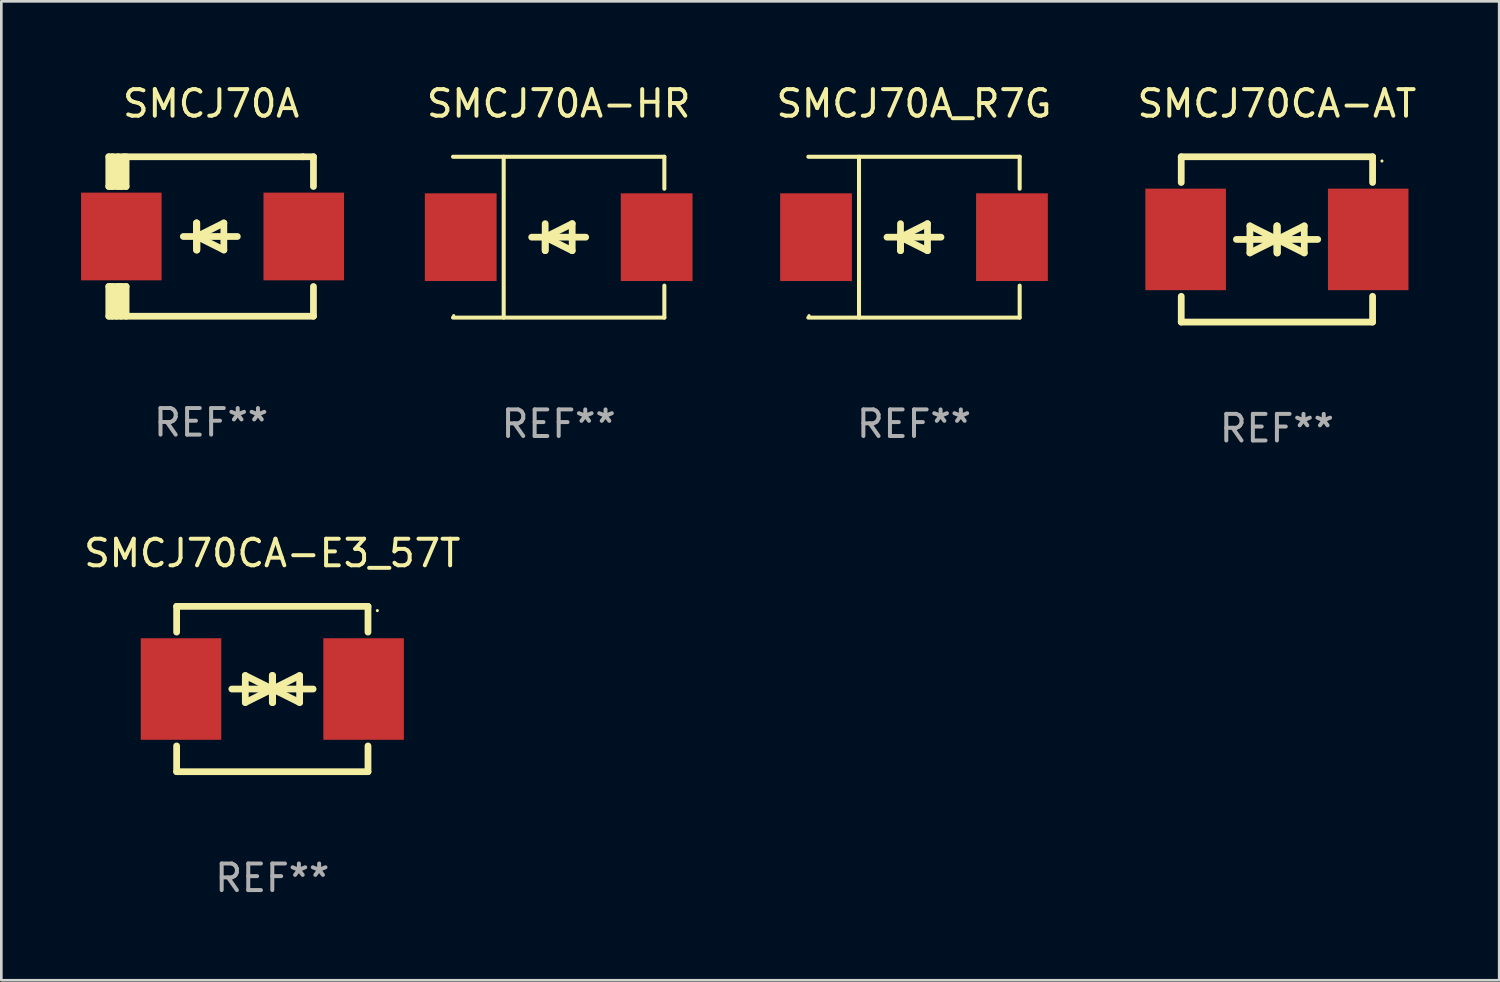
<source format=kicad_pcb>
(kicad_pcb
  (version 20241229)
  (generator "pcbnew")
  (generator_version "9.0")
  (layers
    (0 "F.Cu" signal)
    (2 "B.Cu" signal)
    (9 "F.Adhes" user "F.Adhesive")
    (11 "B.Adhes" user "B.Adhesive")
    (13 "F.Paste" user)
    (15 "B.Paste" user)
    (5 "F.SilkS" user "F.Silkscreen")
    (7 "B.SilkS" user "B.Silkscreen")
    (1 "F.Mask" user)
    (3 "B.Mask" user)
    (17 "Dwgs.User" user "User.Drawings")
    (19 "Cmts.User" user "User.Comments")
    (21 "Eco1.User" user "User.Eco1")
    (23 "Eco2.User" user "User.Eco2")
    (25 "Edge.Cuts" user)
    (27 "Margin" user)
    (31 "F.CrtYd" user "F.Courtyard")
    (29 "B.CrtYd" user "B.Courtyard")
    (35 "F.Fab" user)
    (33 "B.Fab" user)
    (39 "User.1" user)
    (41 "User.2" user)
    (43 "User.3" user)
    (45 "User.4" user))
  (footprint "SMCJ70A"
    (layer "F.Cu")
    (at 4.894 5.848)
    (property "Reference" "SMCJ70A" (at 0 -5 0) (layer "F.SilkS") (effects (font (size 1 1) (thickness 0.15))))
    (attr through_hole)
    (fp_line (start -3.85 -1.881) (end -3.85 -3) (stroke (width 0.254) (type solid)) (layer "F.SilkS"))
    (fp_line (start -3.85 1.881) (end -3.2 1.881) (stroke (width 0.254) (type solid)) (layer "F.SilkS"))
    (fp_line (start -3.85 3) (end -3.85 1.881) (stroke (width 0.254) (type solid)) (layer "F.SilkS"))
    (fp_line (start -3.719 -1.881) (end -3.719 -3) (stroke (width 0.254) (type solid)) (layer "F.SilkS"))
    (fp_line (start -3.719 3) (end -3.719 1.881) (stroke (width 0.254) (type solid)) (layer "F.SilkS"))
    (fp_line (start -3.5 -3) (end -3.5 -1.881) (stroke (width 0.254) (type solid)) (layer "F.SilkS"))
    (fp_line (start -3.5 1.881) (end -3.5 2.944) (stroke (width 0.254) (type solid)) (layer "F.SilkS"))
    (fp_line (start -3.5 2.944) (end -3.556 3) (stroke (width 0.254) (type solid)) (layer "F.SilkS"))
    (fp_line (start -3.388 -2.906) (end -3.295 -3) (stroke (width 0.254) (type solid)) (layer "F.SilkS"))
    (fp_line (start -3.388 -1.881) (end -3.388 -2.906) (stroke (width 0.254) (type solid)) (layer "F.SilkS"))
    (fp_line (start -3.388 3) (end -3.388 1.881) (stroke (width 0.254) (type solid)) (layer "F.SilkS"))
    (fp_line (start -3.2 -3) (end -3.2 -1.881) (stroke (width 0.254) (type solid)) (layer "F.SilkS"))
    (fp_line (start -3.2 -1.881) (end -3.85 -1.881) (stroke (width 0.254) (type solid)) (layer "F.SilkS"))
    (fp_line (start -3.2 1.881) (end -3.2 3) (stroke (width 0.254) (type solid)) (layer "F.SilkS"))
    (fp_line (start -0.55 -0.508) (end -0.55 0.508) (stroke (width 0.254) (type solid)) (layer "F.SilkS"))
    (fp_line (start -0.55 0) (end -0.55 -0.508) (stroke (width 0.254) (type solid)) (layer "F.SilkS"))
    (fp_line (start -0.538 0) (end -0.538 0.508) (stroke (width 0.254) (type solid)) (layer "F.SilkS"))
    (fp_line (start -0.538 0) (end 0.478 0.508) (stroke (width 0.254) (type solid)) (layer "F.SilkS"))
    (fp_line (start -0.538 0.508) (end -0.538 -0.508) (stroke (width 0.254) (type solid)) (layer "F.SilkS"))
    (fp_line (start 0.478 -0.508) (end -0.538 0) (stroke (width 0.254) (type solid)) (layer "F.SilkS"))
    (fp_line (start 0.478 0.508) (end 0.478 -0.508) (stroke (width 0.254) (type solid)) (layer "F.SilkS"))
    (fp_line (start 0.986 0) (end -1.046 0) (stroke (width 0.254) (type solid)) (layer "F.SilkS"))
    (fp_line (start 3.45 -3) (end -3.85 -3) (stroke (width 0.254) (type solid)) (layer "F.SilkS"))
    (fp_line (start 3.45 -3) (end 3.85 -3) (stroke (width 0.254) (type solid)) (layer "F.SilkS"))
    (fp_line (start 3.85 -3) (end 3.85 -1.881) (stroke (width 0.254) (type solid)) (layer "F.SilkS"))
    (fp_line (start 3.85 1.881) (end 3.85 3) (stroke (width 0.254) (type solid)) (layer "F.SilkS"))
    (fp_line (start 3.85 3) (end -3.85 3) (stroke (width 0.254) (type solid)) (layer "F.SilkS"))
    (fp_circle (center -3.847 2.95) (end -3.817 2.95) (stroke (width 0.06) (type solid)) (fill no) (layer "F.SilkS"))
    (fp_text user "REF**" (at 0 7 0) (layer "F.Fab") (effects (font (size 1 1) (thickness 0.15))))
    (pad "1" smd rect (at -3.379 0) (size 3.03 3.3) (layers "F.Cu" "F.Mask" "F.Paste"))
    (pad "2" smd rect (at 3.485 0) (size 3.03 3.3) (layers "F.Cu" "F.Mask" "F.Paste")))
  (footprint "SMCJ70A-HR"
    (layer "F.Cu")
    (at 17.971 5.874)
    (property "Reference" "SMCJ70A-HR" (at 0 -5.026 0) (layer "F.SilkS") (effects (font (size 1 1) (thickness 0.15))))
    (attr through_hole)
    (fp_line (start -3.976 -3.026) (end 3.976 -3.026) (stroke (width 0.152) (type solid)) (layer "F.SilkS"))
    (fp_line (start -3.976 3.026) (end 3.976 3.026) (stroke (width 0.152) (type solid)) (layer "F.SilkS"))
    (fp_line (start -2.069 -3.026) (end -2.069 3.026) (stroke (width 0.152) (type solid)) (layer "F.SilkS"))
    (fp_line (start -0.508 0) (end -0.508 0.508) (stroke (width 0.254) (type solid)) (layer "F.SilkS"))
    (fp_line (start -0.508 0) (end 0.508 0.508) (stroke (width 0.254) (type solid)) (layer "F.SilkS"))
    (fp_line (start -0.508 0.508) (end -0.508 -0.508) (stroke (width 0.254) (type solid)) (layer "F.SilkS"))
    (fp_line (start 0.508 -0.508) (end -0.508 0) (stroke (width 0.254) (type solid)) (layer "F.SilkS"))
    (fp_line (start 0.508 0.508) (end 0.508 -0.508) (stroke (width 0.254) (type solid)) (layer "F.SilkS"))
    (fp_line (start 1.016 0) (end -1.016 0) (stroke (width 0.254) (type solid)) (layer "F.SilkS"))
    (fp_line (start 3.976 -3.026) (end 3.976 -1.823) (stroke (width 0.152) (type solid)) (layer "F.SilkS"))
    (fp_line (start 3.976 3.026) (end 3.976 1.823) (stroke (width 0.152) (type solid)) (layer "F.SilkS"))
    (fp_circle (center -3.95 2.95) (end -3.92 2.95) (stroke (width 0.06) (type solid)) (fill no) (layer "F.SilkS"))
    (fp_text user "REF**" (at 0 7.026 0) (layer "F.Fab") (effects (font (size 1 1) (thickness 0.15))))
    (pad "1" smd rect (at -3.686 0) (size 2.7 3.3) (layers "F.Cu" "F.Mask" "F.Paste"))
    (pad "2" smd rect (at 3.686 0) (size 2.7 3.3) (layers "F.Cu" "F.Mask" "F.Paste")))
  (footprint "SMCJ70CA-AT"
    (layer "F.Cu")
    (at 44.995 5.958)
    (property "Reference" "SMCJ70CA-AT" (at 0 -5.11 0) (layer "F.SilkS") (effects (font (size 1 1) (thickness 0.15))))
    (attr through_hole)
    (fp_line (start -3.6 -2.141) (end -3.6 -3.11) (stroke (width 0.254) (type solid)) (layer "F.SilkS"))
    (fp_line (start -3.6 3.11) (end -3.6 2.141) (stroke (width 0.254) (type solid)) (layer "F.SilkS"))
    (fp_line (start -1.524 0) (end 0.508 0) (stroke (width 0.254) (type solid)) (layer "F.SilkS"))
    (fp_line (start -1.016 -0.508) (end -1.016 0.508) (stroke (width 0.254) (type solid)) (layer "F.SilkS"))
    (fp_line (start -1.016 0.508) (end 0 0) (stroke (width 0.254) (type solid)) (layer "F.SilkS"))
    (fp_line (start 0 -0.508) (end 0 0.508) (stroke (width 0.254) (type solid)) (layer "F.SilkS"))
    (fp_line (start 0 0) (end -1.016 -0.508) (stroke (width 0.254) (type solid)) (layer "F.SilkS"))
    (fp_line (start 0 0) (end 0 -0.508) (stroke (width 0.254) (type solid)) (layer "F.SilkS"))
    (fp_line (start 0.012 0) (end 0.012 0.508) (stroke (width 0.254) (type solid)) (layer "F.SilkS"))
    (fp_line (start 0.012 0) (end 1.028 0.508) (stroke (width 0.254) (type solid)) (layer "F.SilkS"))
    (fp_line (start 0.012 0.508) (end 0.012 -0.508) (stroke (width 0.254) (type solid)) (layer "F.SilkS"))
    (fp_line (start 1.028 -0.508) (end 0.012 0) (stroke (width 0.254) (type solid)) (layer "F.SilkS"))
    (fp_line (start 1.028 0.508) (end 1.028 -0.508) (stroke (width 0.254) (type solid)) (layer "F.SilkS"))
    (fp_line (start 1.536 0) (end -0.496 0) (stroke (width 0.254) (type solid)) (layer "F.SilkS"))
    (fp_line (start 3.6 -3.11) (end -3.6 -3.11) (stroke (width 0.254) (type solid)) (layer "F.SilkS"))
    (fp_line (start 3.6 -2.141) (end 3.6 -3.11) (stroke (width 0.254) (type solid)) (layer "F.SilkS"))
    (fp_line (start 3.6 3.11) (end -3.6 3.11) (stroke (width 0.254) (type solid)) (layer "F.SilkS"))
    (fp_line (start 3.6 3.11) (end 3.6 2.141) (stroke (width 0.254) (type solid)) (layer "F.SilkS"))
    (fp_circle (center 3.952 -2.95) (end 3.982 -2.95) (stroke (width 0.06) (type solid)) (fill no) (layer "F.SilkS"))
    (fp_text user "REF**" (at 0 7.11 0) (layer "F.Fab") (effects (font (size 1 1) (thickness 0.15))))
    (pad "1" smd rect (at 3.435 0) (size 3.03 3.82) (layers "F.Cu" "F.Mask" "F.Paste"))
    (pad "2" smd rect (at -3.435 0) (size 3.03 3.82) (layers "F.Cu" "F.Mask" "F.Paste")))
  (footprint "SMCJ70A_R7G"
    (layer "F.Cu")
    (at 31.34 5.874)
    (property "Reference" "SMCJ70A_R7G" (at 0 -5.026 0) (layer "F.SilkS") (effects (font (size 1 1) (thickness 0.15))))
    (attr through_hole)
    (fp_line (start -3.976 -3.026) (end 3.976 -3.026) (stroke (width 0.152) (type solid)) (layer "F.SilkS"))
    (fp_line (start -3.976 3.026) (end 3.976 3.026) (stroke (width 0.152) (type solid)) (layer "F.SilkS"))
    (fp_line (start -2.069 -3.026) (end -2.069 3.026) (stroke (width 0.152) (type solid)) (layer "F.SilkS"))
    (fp_line (start -0.508 0) (end -0.508 0.508) (stroke (width 0.254) (type solid)) (layer "F.SilkS"))
    (fp_line (start -0.508 0) (end 0.508 0.508) (stroke (width 0.254) (type solid)) (layer "F.SilkS"))
    (fp_line (start -0.508 0.508) (end -0.508 -0.508) (stroke (width 0.254) (type solid)) (layer "F.SilkS"))
    (fp_line (start 0.508 -0.508) (end -0.508 0) (stroke (width 0.254) (type solid)) (layer "F.SilkS"))
    (fp_line (start 0.508 0.508) (end 0.508 -0.508) (stroke (width 0.254) (type solid)) (layer "F.SilkS"))
    (fp_line (start 1.016 0) (end -1.016 0) (stroke (width 0.254) (type solid)) (layer "F.SilkS"))
    (fp_line (start 3.976 -3.026) (end 3.976 -1.823) (stroke (width 0.152) (type solid)) (layer "F.SilkS"))
    (fp_line (start 3.976 3.026) (end 3.976 1.823) (stroke (width 0.152) (type solid)) (layer "F.SilkS"))
    (fp_circle (center -3.95 2.95) (end -3.92 2.95) (stroke (width 0.06) (type solid)) (fill no) (layer "F.SilkS"))
    (fp_text user "REF**" (at 0 7.026 0) (layer "F.Fab") (effects (font (size 1 1) (thickness 0.15))))
    (pad "1" smd rect (at -3.686 0) (size 2.7 3.3) (layers "F.Cu" "F.Mask" "F.Paste"))
    (pad "2" smd rect (at 3.686 0) (size 2.7 3.3) (layers "F.Cu" "F.Mask" "F.Paste")))
  (footprint "SMCJ70CA-E3_57T"
    (layer "F.Cu")
    (at 7.196 22.875)
    (property "Reference" "SMCJ70CA-E3_57T" (at 0 -5.11 0) (layer "F.SilkS") (effects (font (size 1 1) (thickness 0.15))))
    (attr through_hole)
    (fp_line (start -3.6 -2.141) (end -3.6 -3.11) (stroke (width 0.254) (type solid)) (layer "F.SilkS"))
    (fp_line (start -3.6 3.11) (end -3.6 2.141) (stroke (width 0.254) (type solid)) (layer "F.SilkS"))
    (fp_line (start -1.524 0) (end 0.508 0) (stroke (width 0.254) (type solid)) (layer "F.SilkS"))
    (fp_line (start -1.016 -0.508) (end -1.016 0.508) (stroke (width 0.254) (type solid)) (layer "F.SilkS"))
    (fp_line (start -1.016 0.508) (end 0 0) (stroke (width 0.254) (type solid)) (layer "F.SilkS"))
    (fp_line (start 0 -0.508) (end 0 0.508) (stroke (width 0.254) (type solid)) (layer "F.SilkS"))
    (fp_line (start 0 0) (end -1.016 -0.508) (stroke (width 0.254) (type solid)) (layer "F.SilkS"))
    (fp_line (start 0 0) (end 0 -0.508) (stroke (width 0.254) (type solid)) (layer "F.SilkS"))
    (fp_line (start 0.012 0) (end 0.012 0.508) (stroke (width 0.254) (type solid)) (layer "F.SilkS"))
    (fp_line (start 0.012 0) (end 1.028 0.508) (stroke (width 0.254) (type solid)) (layer "F.SilkS"))
    (fp_line (start 0.012 0.508) (end 0.012 -0.508) (stroke (width 0.254) (type solid)) (layer "F.SilkS"))
    (fp_line (start 1.028 -0.508) (end 0.012 0) (stroke (width 0.254) (type solid)) (layer "F.SilkS"))
    (fp_line (start 1.028 0.508) (end 1.028 -0.508) (stroke (width 0.254) (type solid)) (layer "F.SilkS"))
    (fp_line (start 1.536 0) (end -0.496 0) (stroke (width 0.254) (type solid)) (layer "F.SilkS"))
    (fp_line (start 3.6 -3.11) (end -3.6 -3.11) (stroke (width 0.254) (type solid)) (layer "F.SilkS"))
    (fp_line (start 3.6 -2.141) (end 3.6 -3.11) (stroke (width 0.254) (type solid)) (layer "F.SilkS"))
    (fp_line (start 3.6 3.11) (end -3.6 3.11) (stroke (width 0.254) (type solid)) (layer "F.SilkS"))
    (fp_line (start 3.6 3.11) (end 3.6 2.141) (stroke (width 0.254) (type solid)) (layer "F.SilkS"))
    (fp_circle (center 3.952 -2.95) (end 3.982 -2.95) (stroke (width 0.06) (type solid)) (fill no) (layer "F.SilkS"))
    (fp_text user "REF**" (at 0 7.11 0) (layer "F.Fab") (effects (font (size 1 1) (thickness 0.15))))
    (pad "1" smd rect (at 3.435 0) (size 3.03 3.82) (layers "F.Cu" "F.Mask" "F.Paste"))
    (pad "2" smd rect (at -3.435 0) (size 3.03 3.82) (layers "F.Cu" "F.Mask" "F.Paste")))
  (gr_rect
    (start -3 -3)
    (end 53.358 33.833)
    (stroke (width 0.1) (type default))
    (fill no)
    (layer "Edge.Cuts")))
</source>
